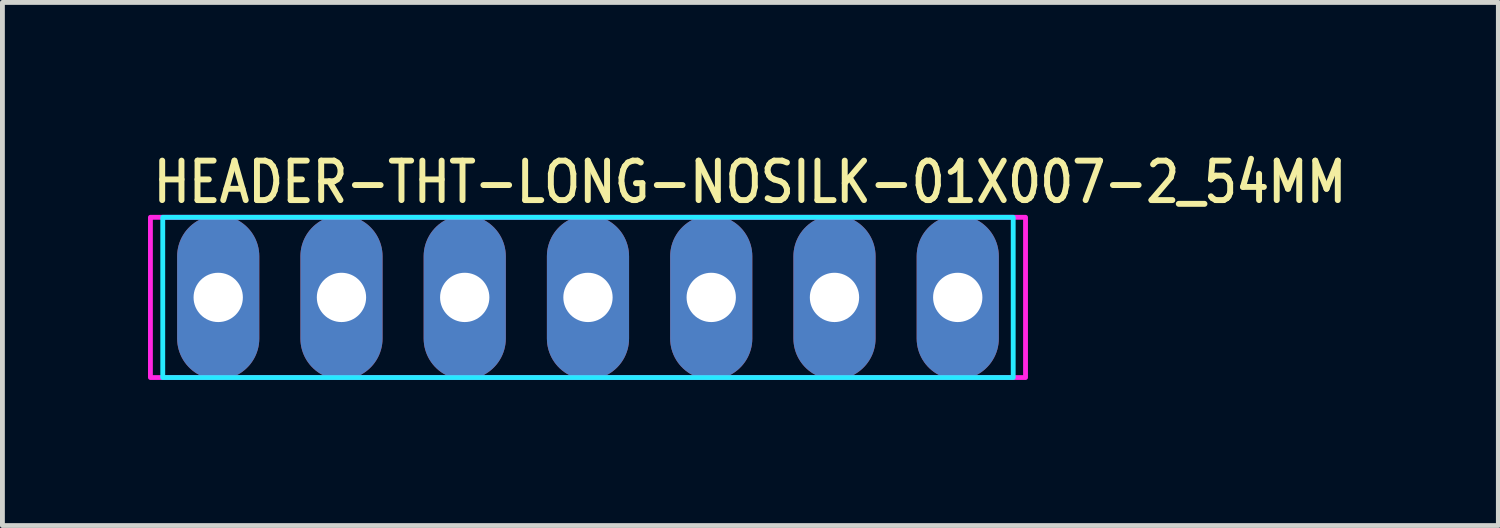
<source format=kicad_pcb>
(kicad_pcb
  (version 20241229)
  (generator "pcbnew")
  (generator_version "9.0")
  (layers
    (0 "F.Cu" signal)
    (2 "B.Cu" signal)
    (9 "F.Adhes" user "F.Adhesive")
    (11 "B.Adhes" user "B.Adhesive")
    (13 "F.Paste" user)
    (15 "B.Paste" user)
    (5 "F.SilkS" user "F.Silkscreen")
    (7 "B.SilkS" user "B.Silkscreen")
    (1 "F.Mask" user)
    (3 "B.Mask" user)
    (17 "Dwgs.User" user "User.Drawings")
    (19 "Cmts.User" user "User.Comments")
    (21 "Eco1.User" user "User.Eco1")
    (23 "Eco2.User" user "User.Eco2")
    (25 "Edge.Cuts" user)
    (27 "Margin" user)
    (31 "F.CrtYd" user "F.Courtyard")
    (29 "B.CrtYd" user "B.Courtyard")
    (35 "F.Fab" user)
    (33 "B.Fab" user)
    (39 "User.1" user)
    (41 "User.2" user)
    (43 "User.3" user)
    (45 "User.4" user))
  (footprint "HEADER-THT-LONG-NOSILK-01X007-2_54MM"
    (layer "F.Cu")
    (at 1.447 3.079)
    (property "Reference" "HEADER-THT-LONG-NOSILK-01X007-2_54MM" (at -1.4 -1.9 0) (unlocked yes) (layer "F.SilkS") (effects (font (size 0.813 0.695) (thickness 0.122)) (justify left bottom)))
    (fp_poly (pts (xy -1.143 -1.651) (xy 16.383 -1.651) (xy 16.383 1.651) (xy -1.143 1.651)) (stroke (width 0.1) (type solid)) (fill no) (layer "B.CrtYd"))
    (fp_poly (pts (xy -1.397 -1.651) (xy 16.637 -1.651) (xy 16.637 1.651) (xy -1.397 1.651)) (stroke (width 0.1) (type solid)) (fill no) (layer "F.CrtYd"))
    (pad "1" thru_hole oval (at 0 0 90) (size 3.387 1.693) (drill 1.016) (layers "*.Cu" "*.Mask"))
    (pad "2" thru_hole oval (at 2.54 0 90) (size 3.387 1.693) (drill 1.016) (layers "*.Cu" "*.Mask"))
    (pad "3" thru_hole oval (at 5.08 0 90) (size 3.387 1.693) (drill 1.016) (layers "*.Cu" "*.Mask"))
    (pad "4" thru_hole oval (at 7.62 0 90) (size 3.387 1.693) (drill 1.016) (layers "*.Cu" "*.Mask"))
    (pad "5" thru_hole oval (at 10.16 0 90) (size 3.387 1.693) (drill 1.016) (layers "*.Cu" "*.Mask"))
    (pad "6" thru_hole oval (at 12.7 0 90) (size 3.387 1.693) (drill 1.016) (layers "*.Cu" "*.Mask"))
    (pad "7" thru_hole oval (at 15.24 0 90) (size 3.387 1.693) (drill 1.016) (layers "*.Cu" "*.Mask")))
  (gr_rect
    (start -3 -3)
    (end 27.828 7.78)
    (stroke (width 0.1) (type default))
    (fill no)
    (layer "Edge.Cuts")))
</source>
